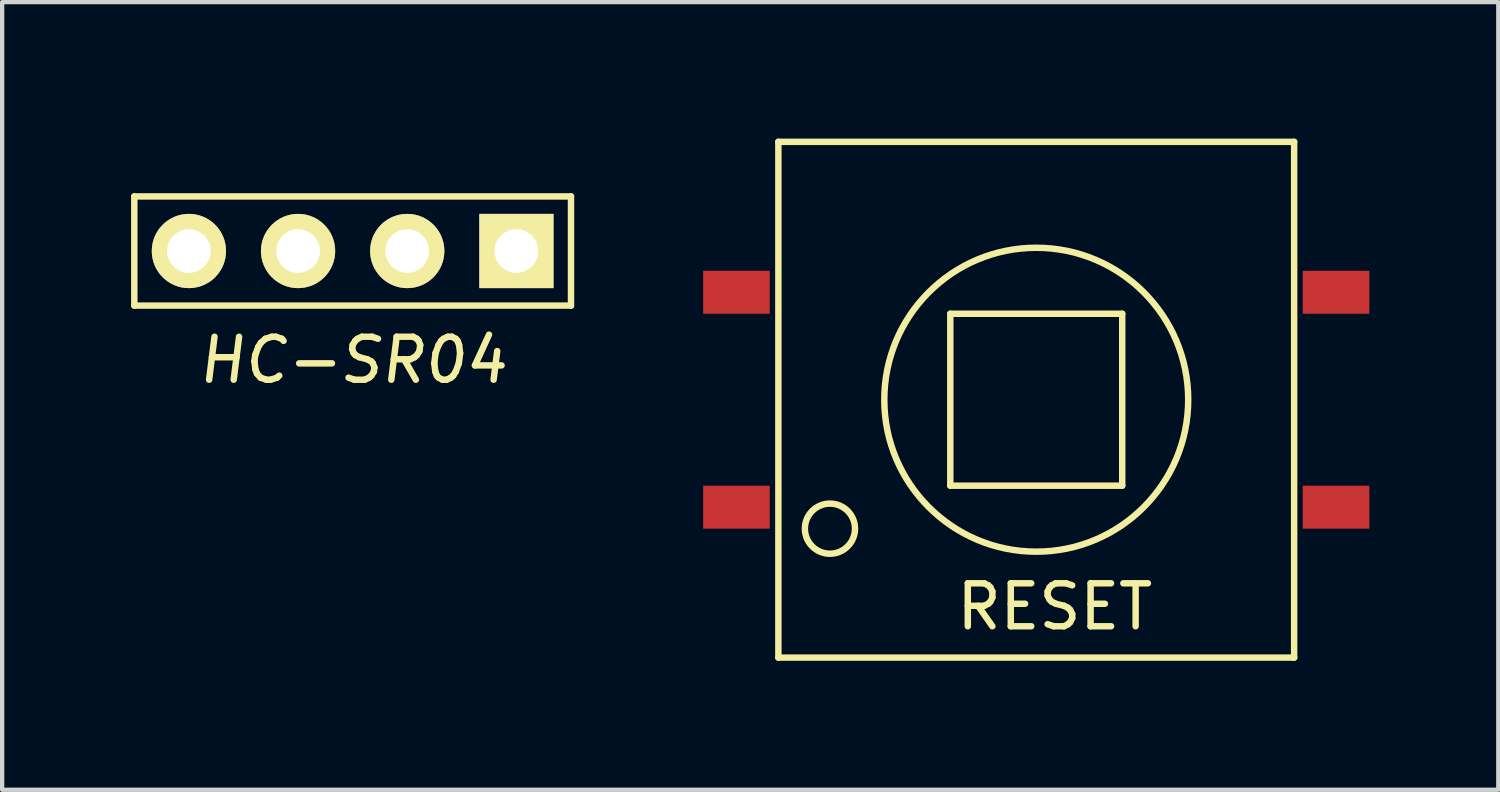
<source format=kicad_pcb>
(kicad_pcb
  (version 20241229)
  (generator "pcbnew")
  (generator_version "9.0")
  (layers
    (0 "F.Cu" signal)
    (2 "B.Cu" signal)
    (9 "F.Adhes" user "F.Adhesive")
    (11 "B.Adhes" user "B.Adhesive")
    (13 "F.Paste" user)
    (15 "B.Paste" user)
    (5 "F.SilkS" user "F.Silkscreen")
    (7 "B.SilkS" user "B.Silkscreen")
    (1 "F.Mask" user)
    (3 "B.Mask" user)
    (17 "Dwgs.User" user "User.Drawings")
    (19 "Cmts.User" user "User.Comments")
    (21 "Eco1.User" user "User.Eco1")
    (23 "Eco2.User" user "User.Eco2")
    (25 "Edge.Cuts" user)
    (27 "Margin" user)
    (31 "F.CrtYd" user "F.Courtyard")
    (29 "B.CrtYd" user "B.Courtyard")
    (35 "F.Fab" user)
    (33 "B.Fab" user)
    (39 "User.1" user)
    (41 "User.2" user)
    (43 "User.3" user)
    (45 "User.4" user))
  (footprint "RESET"
    (layer "F.Cu")
    (at 15.06 0.25)
    (property "Reference" "RESET" (at 6.431 10.816 0) (layer "F.SilkS") (effects (font (size 1 1) (thickness 0.15))))
    (attr through_hole)
    (fp_line (start 0 0) (end 12 0) (stroke (width 0.15) (type solid)) (layer "F.SilkS"))
    (fp_line (start 0 12) (end 0 0) (stroke (width 0.15) (type solid)) (layer "F.SilkS"))
    (fp_line (start 4 4) (end 8 4) (stroke (width 0.15) (type solid)) (layer "F.SilkS"))
    (fp_line (start 4 8) (end 4 4) (stroke (width 0.15) (type solid)) (layer "F.SilkS"))
    (fp_line (start 8 4) (end 8 8) (stroke (width 0.15) (type solid)) (layer "F.SilkS"))
    (fp_line (start 8 8) (end 4 8) (stroke (width 0.15) (type solid)) (layer "F.SilkS"))
    (fp_line (start 12 0) (end 12 12) (stroke (width 0.15) (type solid)) (layer "F.SilkS"))
    (fp_line (start 12 12) (end 0 12) (stroke (width 0.15) (type solid)) (layer "F.SilkS"))
    (fp_circle (center 1.2 9) (end 1.7 9.3) (stroke (width 0.15) (type solid)) (fill no) (layer "F.SilkS"))
    (fp_circle (center 6 6) (end 9.5 6.5) (stroke (width 0.15) (type solid)) (fill no) (layer "F.SilkS"))
    (pad "1" smd rect (at -0.975 8.5) (size 1.55 1) (layers "F.Cu" "F.Mask" "F.Paste"))
    (pad "2" smd rect (at -0.975 3.5) (size 1.55 1) (layers "F.Cu" "F.Mask" "F.Paste"))
    (pad "3" smd rect (at 12.975 3.5) (size 1.55 1) (layers "F.Cu" "F.Mask" "F.Paste"))
    (pad "4" smd rect (at 12.975 8.5) (size 1.55 1) (layers "F.Cu" "F.Mask" "F.Paste")))
  (footprint "HC-SR04"
    (layer "F.Cu")
    (at 5.155 0.25)
    (property "Reference" "HC-SR04" (at 0 5.08 0) (layer "F.SilkS") (effects (font (size 1 1) (thickness 0.15) (italic yes))))
    (attr through_hole)
    (fp_line (start -5.08 1.27) (end 5.08 1.27) (stroke (width 0.15) (type solid)) (layer "F.SilkS"))
    (fp_line (start -5.08 3.81) (end -5.08 1.27) (stroke (width 0.15) (type solid)) (layer "F.SilkS"))
    (fp_line (start 5.08 1.27) (end 5.08 3.81) (stroke (width 0.15) (type solid)) (layer "F.SilkS"))
    (fp_line (start 5.08 3.81) (end -5.08 3.81) (stroke (width 0.15) (type solid)) (layer "F.SilkS"))
    (pad "1" thru_hole rect (at 3.81 2.54) (size 1.727 1.727) (drill 1.016) (layers "*.Cu" "*.Mask" "F.SilkS"))
    (pad "2" thru_hole circle (at 1.27 2.54) (size 1.727 1.727) (drill 1.016) (layers "*.Cu" "*.Mask" "F.SilkS"))
    (pad "3" thru_hole circle (at -1.27 2.54) (size 1.727 1.727) (drill 1.016) (layers "*.Cu" "*.Mask" "F.SilkS"))
    (pad "4" thru_hole circle (at -3.81 2.54) (size 1.727 1.727) (drill 1.016) (layers "*.Cu" "*.Mask" "F.SilkS")))
  (gr_rect
    (start -3 -3)
    (end 31.81 15.325)
    (stroke (width 0.1) (type default))
    (fill no)
    (layer "Edge.Cuts")))
</source>
